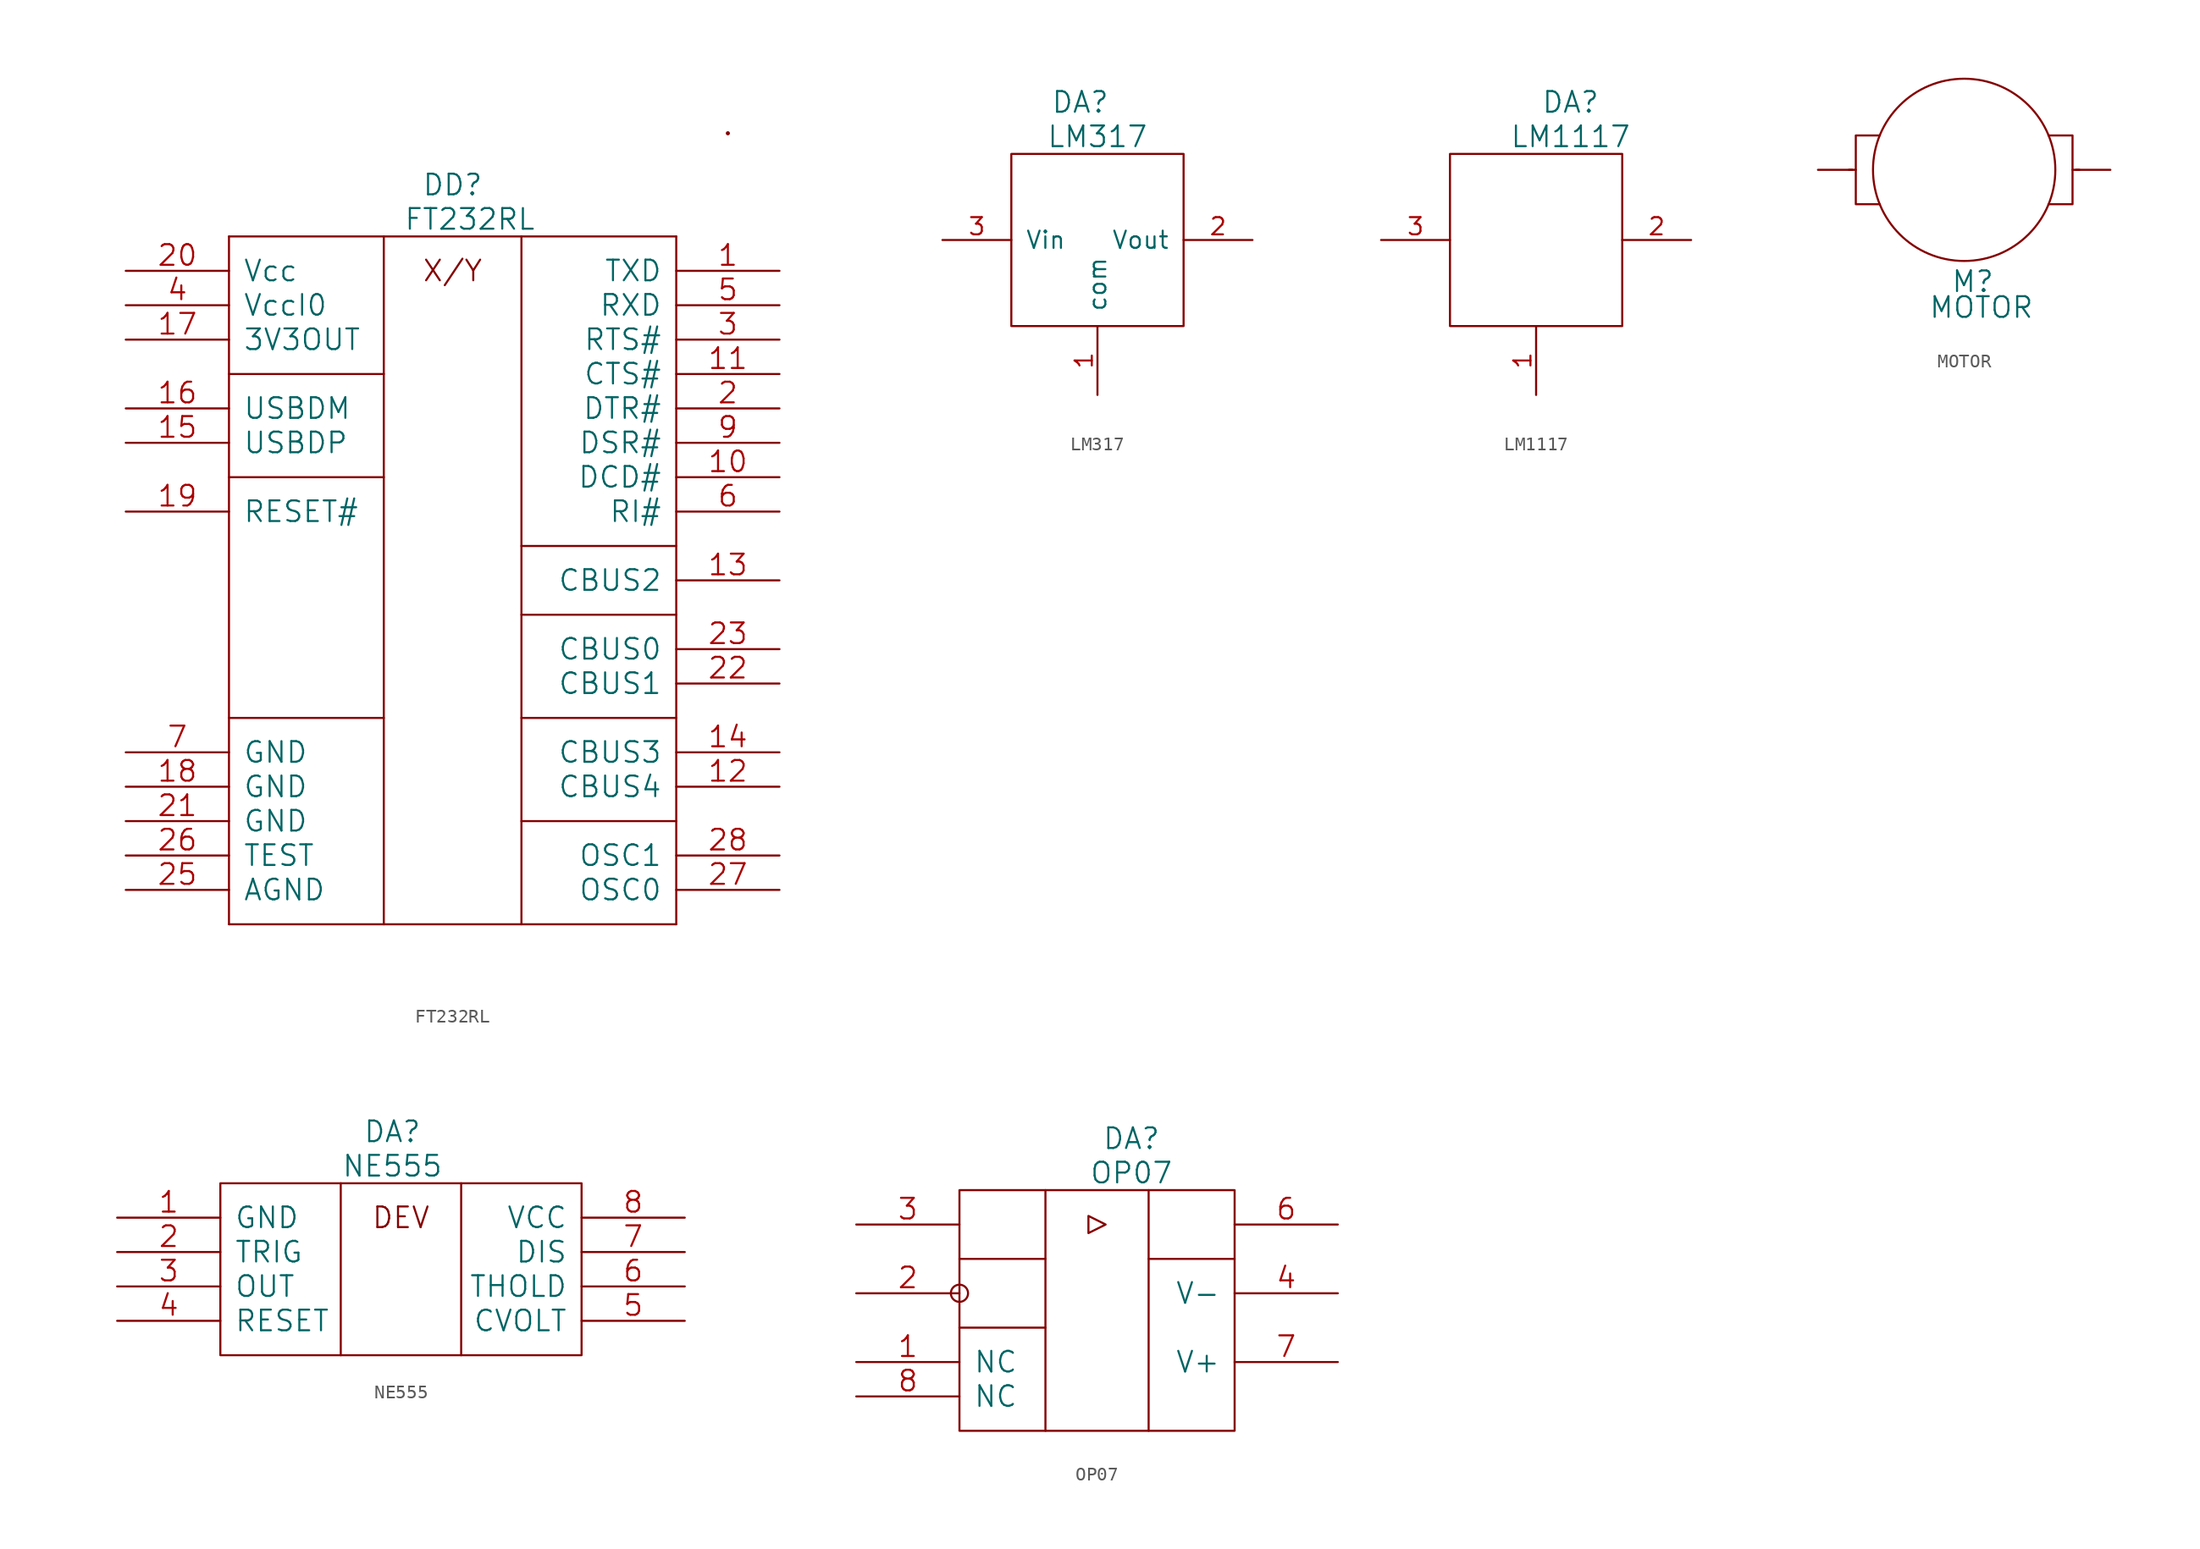
<source format=kicad_sym>
(kicad_symbol_lib
  (version 20211014)
  (generator kicad_symbol_editor)
  (symbol "FT232RL"
    (pin_names
      (offset 1.016))
    (property "Reference" "DD"
      (at 16.51 3.81 0)
      (effects (font (size 1.524 1.524))))
    (property "Value" "FT232RL"
      (at 17.78 1.27 0)
      (effects (font (size 1.524 1.524))))
    (property "Footprint" ""
      (at 0 0 0)
      (effects (font (size 1.524 1.524))))
    (property "Datasheet" ""
      (at 0 0 0)
      (effects (font (size 1.524 1.524))))
    (symbol "FT232RL_0_0"
      (polyline (pts (xy 0 -50.8) (xy 33.02 -50.8)) (stroke (width 0) (type default) (color 0 0 0 0)) (fill (type none)))
      (polyline (pts (xy 0 -35.56) (xy 11.43 -35.56)) (stroke (width 0) (type default) (color 0 0 0 0)) (fill (type none)))
      (polyline (pts (xy 0 -17.78) (xy 11.43 -17.78)) (stroke (width 0) (type default) (color 0 0 0 0)) (fill (type none)))
      (polyline (pts (xy 0 -10.16) (xy 11.43 -10.16)) (stroke (width 0) (type default) (color 0 0 0 0)) (fill (type none)))
      (polyline (pts (xy 0 0) (xy 0 -50.8)) (stroke (width 0) (type default) (color 0 0 0 0)) (fill (type none)))
      (polyline (pts (xy 11.43 0) (xy 11.43 -50.8)) (stroke (width 0) (type default) (color 0 0 0 0)) (fill (type none)))
      (polyline (pts (xy 21.59 -43.18) (xy 33.02 -43.18)) (stroke (width 0) (type default) (color 0 0 0 0)) (fill (type none)))
      (polyline (pts (xy 21.59 -35.56) (xy 33.02 -35.56)) (stroke (width 0) (type default) (color 0 0 0 0)) (fill (type none)))
      (polyline (pts (xy 21.59 -27.94) (xy 33.02 -27.94)) (stroke (width 0) (type default) (color 0 0 0 0)) (fill (type none)))
      (polyline (pts (xy 21.59 -22.86) (xy 33.02 -22.86)) (stroke (width 0) (type default) (color 0 0 0 0)) (fill (type none)))
      (polyline (pts (xy 21.59 0) (xy 21.59 -50.8)) (stroke (width 0) (type default) (color 0 0 0 0)) (fill (type none)))
      (polyline (pts (xy 33.02 -50.8) (xy 33.02 0)) (stroke (width 0) (type default) (color 0 0 0 0)) (fill (type none)))
      (polyline (pts (xy 33.02 0) (xy 0 0)) (stroke (width 0) (type default) (color 0 0 0 0)) (fill (type none)))
      (text "X/Y" (at 16.51 -2.54 0) (effects (font (size 1.524 1.524))))
      (pin input line (at 40.64 -2.54 180) (length 7.62) (name "TXD" (effects (font (size 1.524 1.524)))) (number "1" (effects (font (size 1.524 1.524)))))
      (pin input line (at 40.64 -17.78 180) (length 7.62) (name "DCD#" (effects (font (size 1.524 1.524)))) (number "10" (effects (font (size 1.524 1.524)))))
      (pin input line (at 40.64 -10.16 180) (length 7.62) (name "CTS#" (effects (font (size 1.524 1.524)))) (number "11" (effects (font (size 1.524 1.524)))))
      (pin input line (at 40.64 -40.64 180) (length 7.62) (name "CBUS4" (effects (font (size 1.524 1.524)))) (number "12" (effects (font (size 1.524 1.524)))))
      (pin input line (at 40.64 -25.4 180) (length 7.62) (name "CBUS2" (effects (font (size 1.524 1.524)))) (number "13" (effects (font (size 1.524 1.524)))))
      (pin input line (at 40.64 -38.1 180) (length 7.62) (name "CBUS3" (effects (font (size 1.524 1.524)))) (number "14" (effects (font (size 1.524 1.524)))))
      (pin input line (at -7.62 -15.24 0) (length 7.62) (name "USBDP" (effects (font (size 1.524 1.524)))) (number "15" (effects (font (size 1.524 1.524)))))
      (pin input line (at -7.62 -12.7 0) (length 7.62) (name "USBDM" (effects (font (size 1.524 1.524)))) (number "16" (effects (font (size 1.524 1.524)))))
      (pin input line (at -7.62 -7.62 0) (length 7.62) (name "3V3OUT" (effects (font (size 1.524 1.524)))) (number "17" (effects (font (size 1.524 1.524)))))
      (pin input line (at -7.62 -40.64 0) (length 7.62) (name "GND" (effects (font (size 1.524 1.524)))) (number "18" (effects (font (size 1.524 1.524)))))
      (pin input line (at -7.62 -20.32 0) (length 7.62) (name "RESET#" (effects (font (size 1.524 1.524)))) (number "19" (effects (font (size 1.524 1.524)))))
      (pin input line (at 40.64 -12.7 180) (length 7.62) (name "DTR#" (effects (font (size 1.524 1.524)))) (number "2" (effects (font (size 1.524 1.524)))))
      (pin input line (at -7.62 -2.54 0) (length 7.62) (name "Vcc" (effects (font (size 1.524 1.524)))) (number "20" (effects (font (size 1.524 1.524)))))
      (pin input line (at -7.62 -43.18 0) (length 7.62) (name "GND" (effects (font (size 1.524 1.524)))) (number "21" (effects (font (size 1.524 1.524)))))
      (pin input line (at 40.64 -33.02 180) (length 7.62) (name "CBUS1" (effects (font (size 1.524 1.524)))) (number "22" (effects (font (size 1.524 1.524)))))
      (pin input line (at 40.64 -30.48 180) (length 7.62) (name "CBUS0" (effects (font (size 1.524 1.524)))) (number "23" (effects (font (size 1.524 1.524)))))
      (pin input line (at -7.62 -26.67 0) (length 7.62) hide (name "NC" (effects (font (size 1.524 1.524)))) (number "24" (effects (font (size 1.524 1.524)))))
      (pin input line (at -7.62 -48.26 0) (length 7.62) (name "AGND" (effects (font (size 1.524 1.524)))) (number "25" (effects (font (size 1.524 1.524)))))
      (pin input line (at -7.62 -45.72 0) (length 7.62) (name "TEST" (effects (font (size 1.524 1.524)))) (number "26" (effects (font (size 1.524 1.524)))))
      (pin input line (at 40.64 -48.26 180) (length 7.62) (name "OSC0" (effects (font (size 1.524 1.524)))) (number "27" (effects (font (size 1.524 1.524)))))
      (pin input line (at 40.64 -45.72 180) (length 7.62) (name "OSC1" (effects (font (size 1.524 1.524)))) (number "28" (effects (font (size 1.524 1.524)))))
      (pin input line (at 40.64 -7.62 180) (length 7.62) (name "RTS#" (effects (font (size 1.524 1.524)))) (number "3" (effects (font (size 1.524 1.524)))))
      (pin input line (at -7.62 -5.08 0) (length 7.62) (name "VccI0" (effects (font (size 1.524 1.524)))) (number "4" (effects (font (size 1.524 1.524)))))
      (pin input line (at 40.64 -5.08 180) (length 7.62) (name "RXD" (effects (font (size 1.524 1.524)))) (number "5" (effects (font (size 1.524 1.524)))))
      (pin input line (at 40.64 -20.32 180) (length 7.62) (name "RI#" (effects (font (size 1.524 1.524)))) (number "6" (effects (font (size 1.524 1.524)))))
      (pin input line (at -7.62 -38.1 0) (length 7.62) (name "GND" (effects (font (size 1.524 1.524)))) (number "7" (effects (font (size 1.524 1.524)))))
      (pin input line (at -7.62 -24.13 0) (length 7.62) hide (name "NC" (effects (font (size 1.524 1.524)))) (number "8" (effects (font (size 1.524 1.524)))))
      (pin input line (at 40.64 -15.24 180) (length 7.62) (name "DSR#" (effects (font (size 1.524 1.524)))) (number "9" (effects (font (size 1.524 1.524))))))
    (symbol "FT232RL_0_1"
      (circle (center 36.83 7.62) (radius 0.0001) (stroke (width 0) (type default) (color 0 0 0 0)) (fill (type none)))))
  (symbol "LM317"
    (pin_names
      (offset 1.016))
    (property "Reference" "DA"
      (at 5.08 3.81 0)
      (effects (font (size 1.524 1.524))))
    (property "Value" "LM317"
      (at 6.35 1.27 0)
      (effects (font (size 1.524 1.524))))
    (property "Footprint" ""
      (at 0 0 0)
      (effects (font (size 1.524 1.524))))
    (property "Datasheet" ""
      (at 0 0 0)
      (effects (font (size 1.524 1.524))))
    (symbol "LM317_0_1"
      (polyline (pts (xy 0 0) (xy 12.7 0) (xy 12.7 -12.7) (xy 0 -12.7) (xy 0 0) (xy 0 0)) (stroke (width 0) (type default) (color 0 0 0 0)) (fill (type none))))
    (symbol "LM317_1_1"
      (pin passive line (at 6.35 -17.78 90) (length 5.08) (name "com" (effects (font (size 1.27 1.27)))) (number "1" (effects (font (size 1.27 1.27)))))
      (pin output line (at 17.78 -6.35 180) (length 5.08) (name "Vout" (effects (font (size 1.27 1.27)))) (number "2" (effects (font (size 1.27 1.27)))))
      (pin input line (at -5.08 -6.35 0) (length 5.08) (name "Vin" (effects (font (size 1.27 1.27)))) (number "3" (effects (font (size 1.27 1.27)))))))
  (symbol "LM1117"
    (pin_names
      (offset 1.016) hide)
    (property "Reference" "DA"
      (at 8.89 3.81 0)
      (effects (font (size 1.524 1.524))))
    (property "Value" "LM1117"
      (at 8.89 1.27 0)
      (effects (font (size 1.524 1.524))))
    (property "Footprint" ""
      (at 0 0 0)
      (effects (font (size 1.524 1.524))))
    (property "Datasheet" ""
      (at 0 0 0)
      (effects (font (size 1.524 1.524))))
    (symbol "LM1117_0_1"
      (polyline (pts (xy 0 0) (xy 12.7 0) (xy 12.7 -12.7) (xy 0 -12.7) (xy 0 0) (xy 0 0)) (stroke (width 0) (type default) (color 0 0 0 0)) (fill (type none))))
    (symbol "LM1117_1_1"
      (pin passive line (at 6.35 -17.78 90) (length 5.08) (name "com" (effects (font (size 1.27 1.27)))) (number "1" (effects (font (size 1.27 1.27)))))
      (pin passive line (at 17.78 -6.35 180) (length 5.08) (name "Vout" (effects (font (size 1.27 1.27)))) (number "2" (effects (font (size 1.27 1.27)))))
      (pin passive line (at -5.08 -6.35 0) (length 5.08) (name "Vin" (effects (font (size 1.27 1.27)))) (number "3" (effects (font (size 1.27 1.27)))))))
  (symbol "MOTOR"
    (pin_numbers hide)
    (property "Reference" "M"
      (at 11.43 -8.255 0)
      (effects (font (size 1.524 1.524))))
    (property "Value" "MOTOR"
      (at 12.065 -10.16 0)
      (effects (font (size 1.524 1.524))))
    (property "Footprint" ""
      (at 0 0 0)
      (effects (font (size 1.524 1.524))))
    (property "Datasheet" ""
      (at 0 0 0)
      (effects (font (size 1.524 1.524))))
    (symbol "MOTOR_0_1"
      (polyline (pts (xy 2.794 0) (xy 2.286 0)) (stroke (width 0) (type default) (color 0 0 0 0)) (fill (type none)))
      (polyline (pts (xy 18.796 0) (xy 19.304 0)) (stroke (width 0) (type default) (color 0 0 0 0)) (fill (type none)))
      (polyline (pts (xy 4.572 2.54) (xy 2.794 2.54) (xy 2.794 -2.54) (xy 4.572 -2.54)) (stroke (width 0) (type default) (color 0 0 0 0)) (fill (type none)))
      (polyline (pts (xy 17.018 -2.54) (xy 18.796 -2.54) (xy 18.796 2.54) (xy 17.018 2.54)) (stroke (width 0) (type default) (color 0 0 0 0)) (fill (type none)))
      (circle (center 10.795 0) (radius 6.731) (stroke (width 0) (type default) (color 0 0 0 0)) (fill (type none))))
    (symbol "MOTOR_1_1"
      (pin passive line (at 0 0 0) (length 2.54) (name "~" (effects (font (size 1.27 1.27)))) (number "1" (effects (font (size 1.27 1.27)))))
      (pin passive line (at 21.59 0 180) (length 2.54) (name "~" (effects (font (size 1.27 1.27)))) (number "2" (effects (font (size 1.27 1.27)))))))
  (symbol "NE555"
    (pin_names
      (offset 1.016))
    (property "Reference" "DA"
      (at 12.7 3.81 0)
      (effects (font (size 1.524 1.524))))
    (property "Value" "NE555"
      (at 12.7 1.27 0)
      (effects (font (size 1.524 1.524))))
    (property "Footprint" ""
      (at 0 0 0)
      (effects (font (size 1.524 1.524))))
    (property "Datasheet" ""
      (at 0 0 0)
      (effects (font (size 1.524 1.524))))
    (symbol "NE555_0_0"
      (polyline (pts (xy 8.89 0) (xy 8.89 -12.7)) (stroke (width 0) (type default) (color 0 0 0 0)) (fill (type none)))
      (polyline (pts (xy 17.78 0) (xy 17.78 -12.7)) (stroke (width 0) (type default) (color 0 0 0 0)) (fill (type none)))
      (rectangle (start 0 0) (end 26.67 -12.7) (stroke (width 0) (type default) (color 0 0 0 0)) (fill (type none)))
      (text "DEV" (at 13.335 -2.54 0) (effects (font (size 1.524 1.524))))
      (pin input line (at -7.62 -2.54 0) (length 7.62) (name "GND" (effects (font (size 1.524 1.524)))) (number "1" (effects (font (size 1.524 1.524)))))
      (pin input line (at -7.62 -5.08 0) (length 7.62) (name "TRIG" (effects (font (size 1.524 1.524)))) (number "2" (effects (font (size 1.524 1.524)))))
      (pin input line (at -7.62 -7.62 0) (length 7.62) (name "OUT" (effects (font (size 1.524 1.524)))) (number "3" (effects (font (size 1.524 1.524)))))
      (pin input line (at -7.62 -10.16 0) (length 7.62) (name "RESET" (effects (font (size 1.524 1.524)))) (number "4" (effects (font (size 1.524 1.524)))))
      (pin input line (at 34.29 -10.16 180) (length 7.62) (name "CVOLT" (effects (font (size 1.524 1.524)))) (number "5" (effects (font (size 1.524 1.524)))))
      (pin power_out line (at 34.29 -7.62 180) (length 7.62) (name "THOLD" (effects (font (size 1.524 1.524)))) (number "6" (effects (font (size 1.524 1.524)))))
      (pin input line (at 34.29 -5.08 180) (length 7.62) (name "DIS" (effects (font (size 1.524 1.524)))) (number "7" (effects (font (size 1.524 1.524)))))
      (pin input line (at 34.29 -2.54 180) (length 7.62) (name "VCC" (effects (font (size 1.524 1.524)))) (number "8" (effects (font (size 1.524 1.524)))))))
  (symbol "OP07"
    (pin_names
      (offset 1.016))
    (property "Reference" "DA"
      (at 12.7 3.81 0)
      (effects (font (size 1.524 1.524))))
    (property "Value" "OP07"
      (at 12.7 1.27 0)
      (effects (font (size 1.524 1.524))))
    (property "Footprint" ""
      (at 0 0 0)
      (effects (font (size 1.524 1.524))))
    (property "Datasheet" ""
      (at 0 0 0)
      (effects (font (size 1.524 1.524))))
    (symbol "OP07_0_0"
      (pin input line (at -7.62 -12.7 0) (length 7.62) (name "NC" (effects (font (size 1.524 1.524)))) (number "1" (effects (font (size 1.524 1.524)))))
      (pin input line (at -7.62 -7.62 0) (length 7.62) (name "~" (effects (font (size 1.524 1.524)))) (number "2" (effects (font (size 1.524 1.524)))))
      (pin input line (at -7.62 -2.54 0) (length 7.62) (name "~" (effects (font (size 1.524 1.524)))) (number "3" (effects (font (size 1.524 1.524)))))
      (pin input line (at 27.94 -7.62 180) (length 7.62) (name "V-" (effects (font (size 1.524 1.524)))) (number "4" (effects (font (size 1.524 1.524)))))
      (pin input line (at 20.32 -15.24 180) (length 0) hide (name "0V" (effects (font (size 1.524 1.524)))) (number "5" (effects (font (size 1.524 1.524)))))
      (pin input line (at 27.94 -2.54 180) (length 7.62) (name "~" (effects (font (size 1.524 1.524)))) (number "6" (effects (font (size 1.524 1.524)))))
      (pin power_out line (at 27.94 -12.7 180) (length 7.62) (name "V+" (effects (font (size 1.524 1.524)))) (number "7" (effects (font (size 1.524 1.524))))))
    (symbol "OP07_0_1"
      (circle (center 0 -7.62) (radius 0.635) (stroke (width 0) (type default) (color 0 0 0 0)) (fill (type none)))
      (polyline (pts (xy 6.35 -10.16) (xy 0 -10.16)) (stroke (width 0) (type default) (color 0 0 0 0)) (fill (type none)))
      (polyline (pts (xy 6.35 -5.08) (xy 0 -5.08)) (stroke (width 0) (type default) (color 0 0 0 0)) (fill (type none)))
      (polyline (pts (xy 6.35 0) (xy 6.35 -17.78)) (stroke (width 0) (type default) (color 0 0 0 0)) (fill (type none)))
      (polyline (pts (xy 13.97 0) (xy 13.97 -17.78)) (stroke (width 0) (type default) (color 0 0 0 0)) (fill (type none)))
      (polyline (pts (xy 20.32 -5.08) (xy 13.97 -5.08)) (stroke (width 0) (type default) (color 0 0 0 0)) (fill (type none)))
      (polyline (pts (xy 9.525 -1.905) (xy 9.525 -3.175) (xy 10.795 -2.54) (xy 9.525 -1.905)) (stroke (width 0) (type default) (color 0 0 0 0)) (fill (type none)))
      (rectangle (start 0 0) (end 20.32 -17.78) (stroke (width 0) (type default) (color 0 0 0 0)) (fill (type none)))
      (pin input line (at -7.62 -15.24 0) (length 7.62) (name "NC" (effects (font (size 1.524 1.524)))) (number "8" (effects (font (size 1.524 1.524))))))))
</source>
